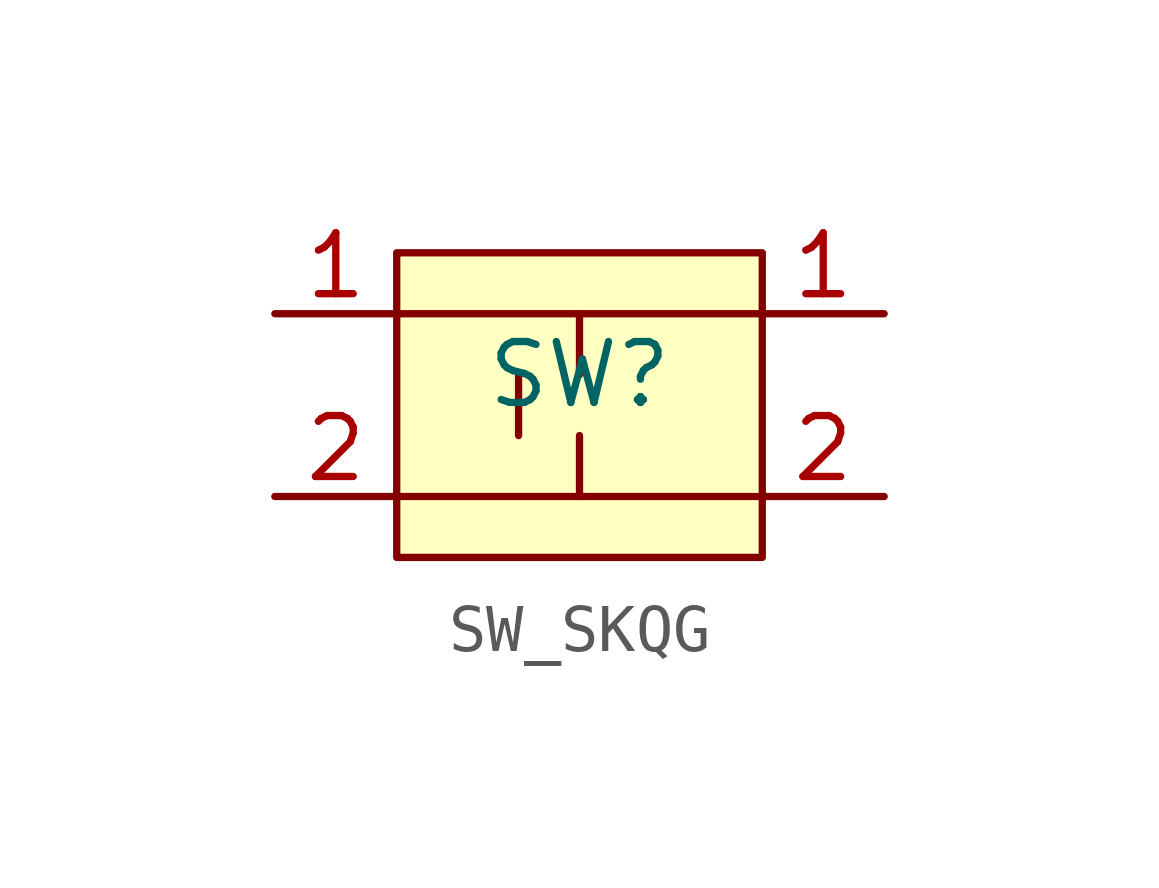
<source format=kicad_sym>
(kicad_symbol_lib
  (version 20241209)
  (generator "kicad_symbol_editor")
  (generator_version "9.0")
  (symbol "SW_SKQG"
    (property "Reference" "SW"
      (at 0 0 0)
      (effects (font (size 1.27 1.27))))
    (property "Value" ""
      (at 0 0 0)
      (effects (font (size 1.27 1.27))))
    (symbol "SW_SKQG_0_1"
      (rectangle (start -3.81 2.54) (end 3.81 -3.81) (stroke (width 0) (type default)) (fill (type background)))
      (polyline (pts (xy -3.81 1.27) (xy 3.81 1.27)) (stroke (width 0) (type default)) (fill (type none)))
      (polyline (pts (xy -3.81 -2.54) (xy 3.81 -2.54)) (stroke (width 0) (type default)) (fill (type background)))
      (polyline (pts (xy -1.27 0) (xy -1.27 -1.27)) (stroke (width 0) (type default)) (fill (type none)))
      (polyline (pts (xy 0 1.27) (xy 0 0)) (stroke (width 0) (type default)) (fill (type none)))
      (polyline (pts (xy 0 -2.54) (xy 0 -1.27)) (stroke (width 0) (type default)) (fill (type none))))
    (symbol "SW_SKQG_1_1"
      (pin input line (at -6.35 1.27 0) (length 2.54) (name "" (effects (font (size 1.27 1.27)))) (number "1" (effects (font (size 1.27 1.27)))))
      (pin input line (at -6.35 -2.54 0) (length 2.54) (name "" (effects (font (size 1.27 1.27)))) (number "2" (effects (font (size 1.27 1.27)))))
      (pin input line (at 6.35 1.27 180) (length 2.54) (name "" (effects (font (size 1.27 1.27)))) (number "1" (effects (font (size 1.27 1.27)))))
      (pin input line (at 6.35 -2.54 180) (length 2.54) (name "" (effects (font (size 1.27 1.27)))) (number "2" (effects (font (size 1.27 1.27))))))))
</source>
